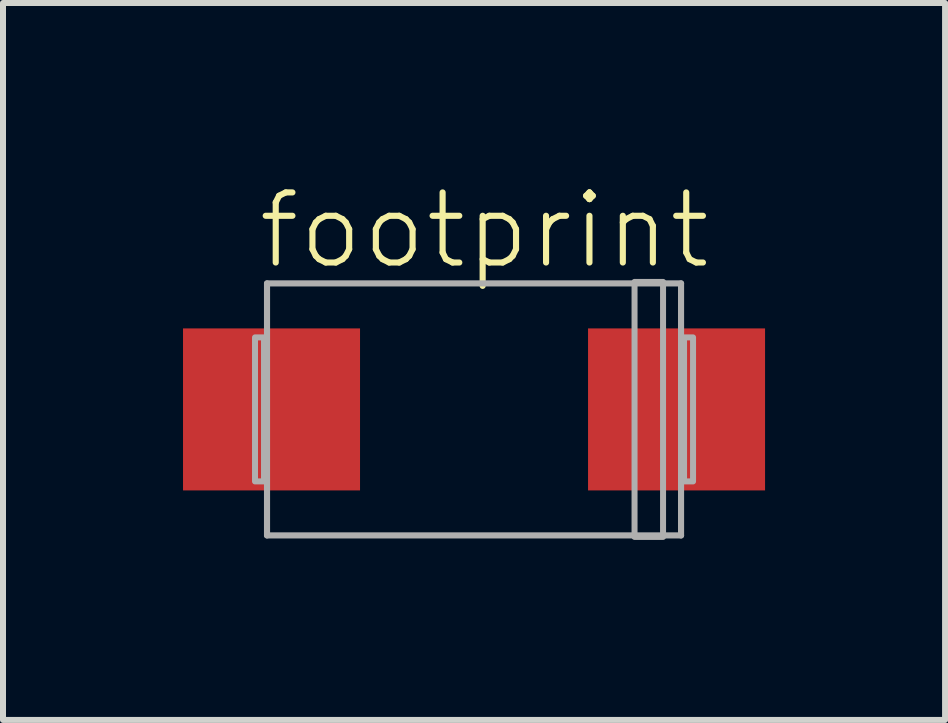
<source format=kicad_pcb>
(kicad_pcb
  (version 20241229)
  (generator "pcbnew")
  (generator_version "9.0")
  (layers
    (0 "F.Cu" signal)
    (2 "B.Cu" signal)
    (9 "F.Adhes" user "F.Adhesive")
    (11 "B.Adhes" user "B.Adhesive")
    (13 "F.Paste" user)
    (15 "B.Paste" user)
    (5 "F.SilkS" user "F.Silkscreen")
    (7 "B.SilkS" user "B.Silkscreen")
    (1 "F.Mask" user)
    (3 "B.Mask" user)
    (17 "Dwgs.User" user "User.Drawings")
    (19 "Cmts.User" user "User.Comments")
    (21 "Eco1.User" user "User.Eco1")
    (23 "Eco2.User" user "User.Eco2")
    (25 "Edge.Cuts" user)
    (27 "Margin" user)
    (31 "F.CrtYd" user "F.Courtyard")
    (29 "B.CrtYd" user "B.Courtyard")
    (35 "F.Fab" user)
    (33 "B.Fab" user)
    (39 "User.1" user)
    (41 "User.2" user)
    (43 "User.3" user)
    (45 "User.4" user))
  (footprint "footprint"
    (layer "F.Cu")
    (at 4.85 3.773)
    (property "Reference" "footprint" (at -3.65 -2.3 0) (layer "F.SilkS") (effects (font (size 1.168 1.168) (thickness 0.102)) (justify left bottom)))
    (fp_line (start -3.45 -2.1) (end 3.45 -2.1) (stroke (width 0.102) (type solid)) (layer "F.Fab"))
    (fp_line (start -3.45 2.1) (end -3.45 -2.1) (stroke (width 0.102) (type solid)) (layer "F.Fab"))
    (fp_line (start 3.45 -2.1) (end 3.45 2.1) (stroke (width 0.102) (type solid)) (layer "F.Fab"))
    (fp_line (start 3.45 2.1) (end -3.45 2.1) (stroke (width 0.102) (type solid)) (layer "F.Fab"))
    (fp_poly (pts (xy -3.65 1.2) (xy -3.5 1.2) (xy -3.5 -1.2) (xy -3.65 -1.2)) (stroke (width 0.1) (type solid)) (fill no) (layer "F.Fab"))
    (fp_poly (pts (xy 2.675 2.125) (xy 3.15 2.125) (xy 3.15 -2.125) (xy 2.675 -2.125)) (stroke (width 0.1) (type solid)) (fill no) (layer "F.Fab"))
    (fp_poly (pts (xy 3.5 1.2) (xy 3.65 1.2) (xy 3.65 -1.2) (xy 3.5 -1.2)) (stroke (width 0.1) (type solid)) (fill no) (layer "F.Fab"))
    (pad "+" smd rect (at 3.375 0) (size 2.95 2.7) (layers "F.Cu" "F.Mask" "F.Paste"))
    (pad "-" smd rect (at -3.375 0) (size 2.95 2.7) (layers "F.Cu" "F.Mask" "F.Paste")))
  (gr_rect
    (start -3 -3)
    (end 12.7 8.948)
    (stroke (width 0.1) (type default))
    (fill no)
    (layer "Edge.Cuts")))
</source>
